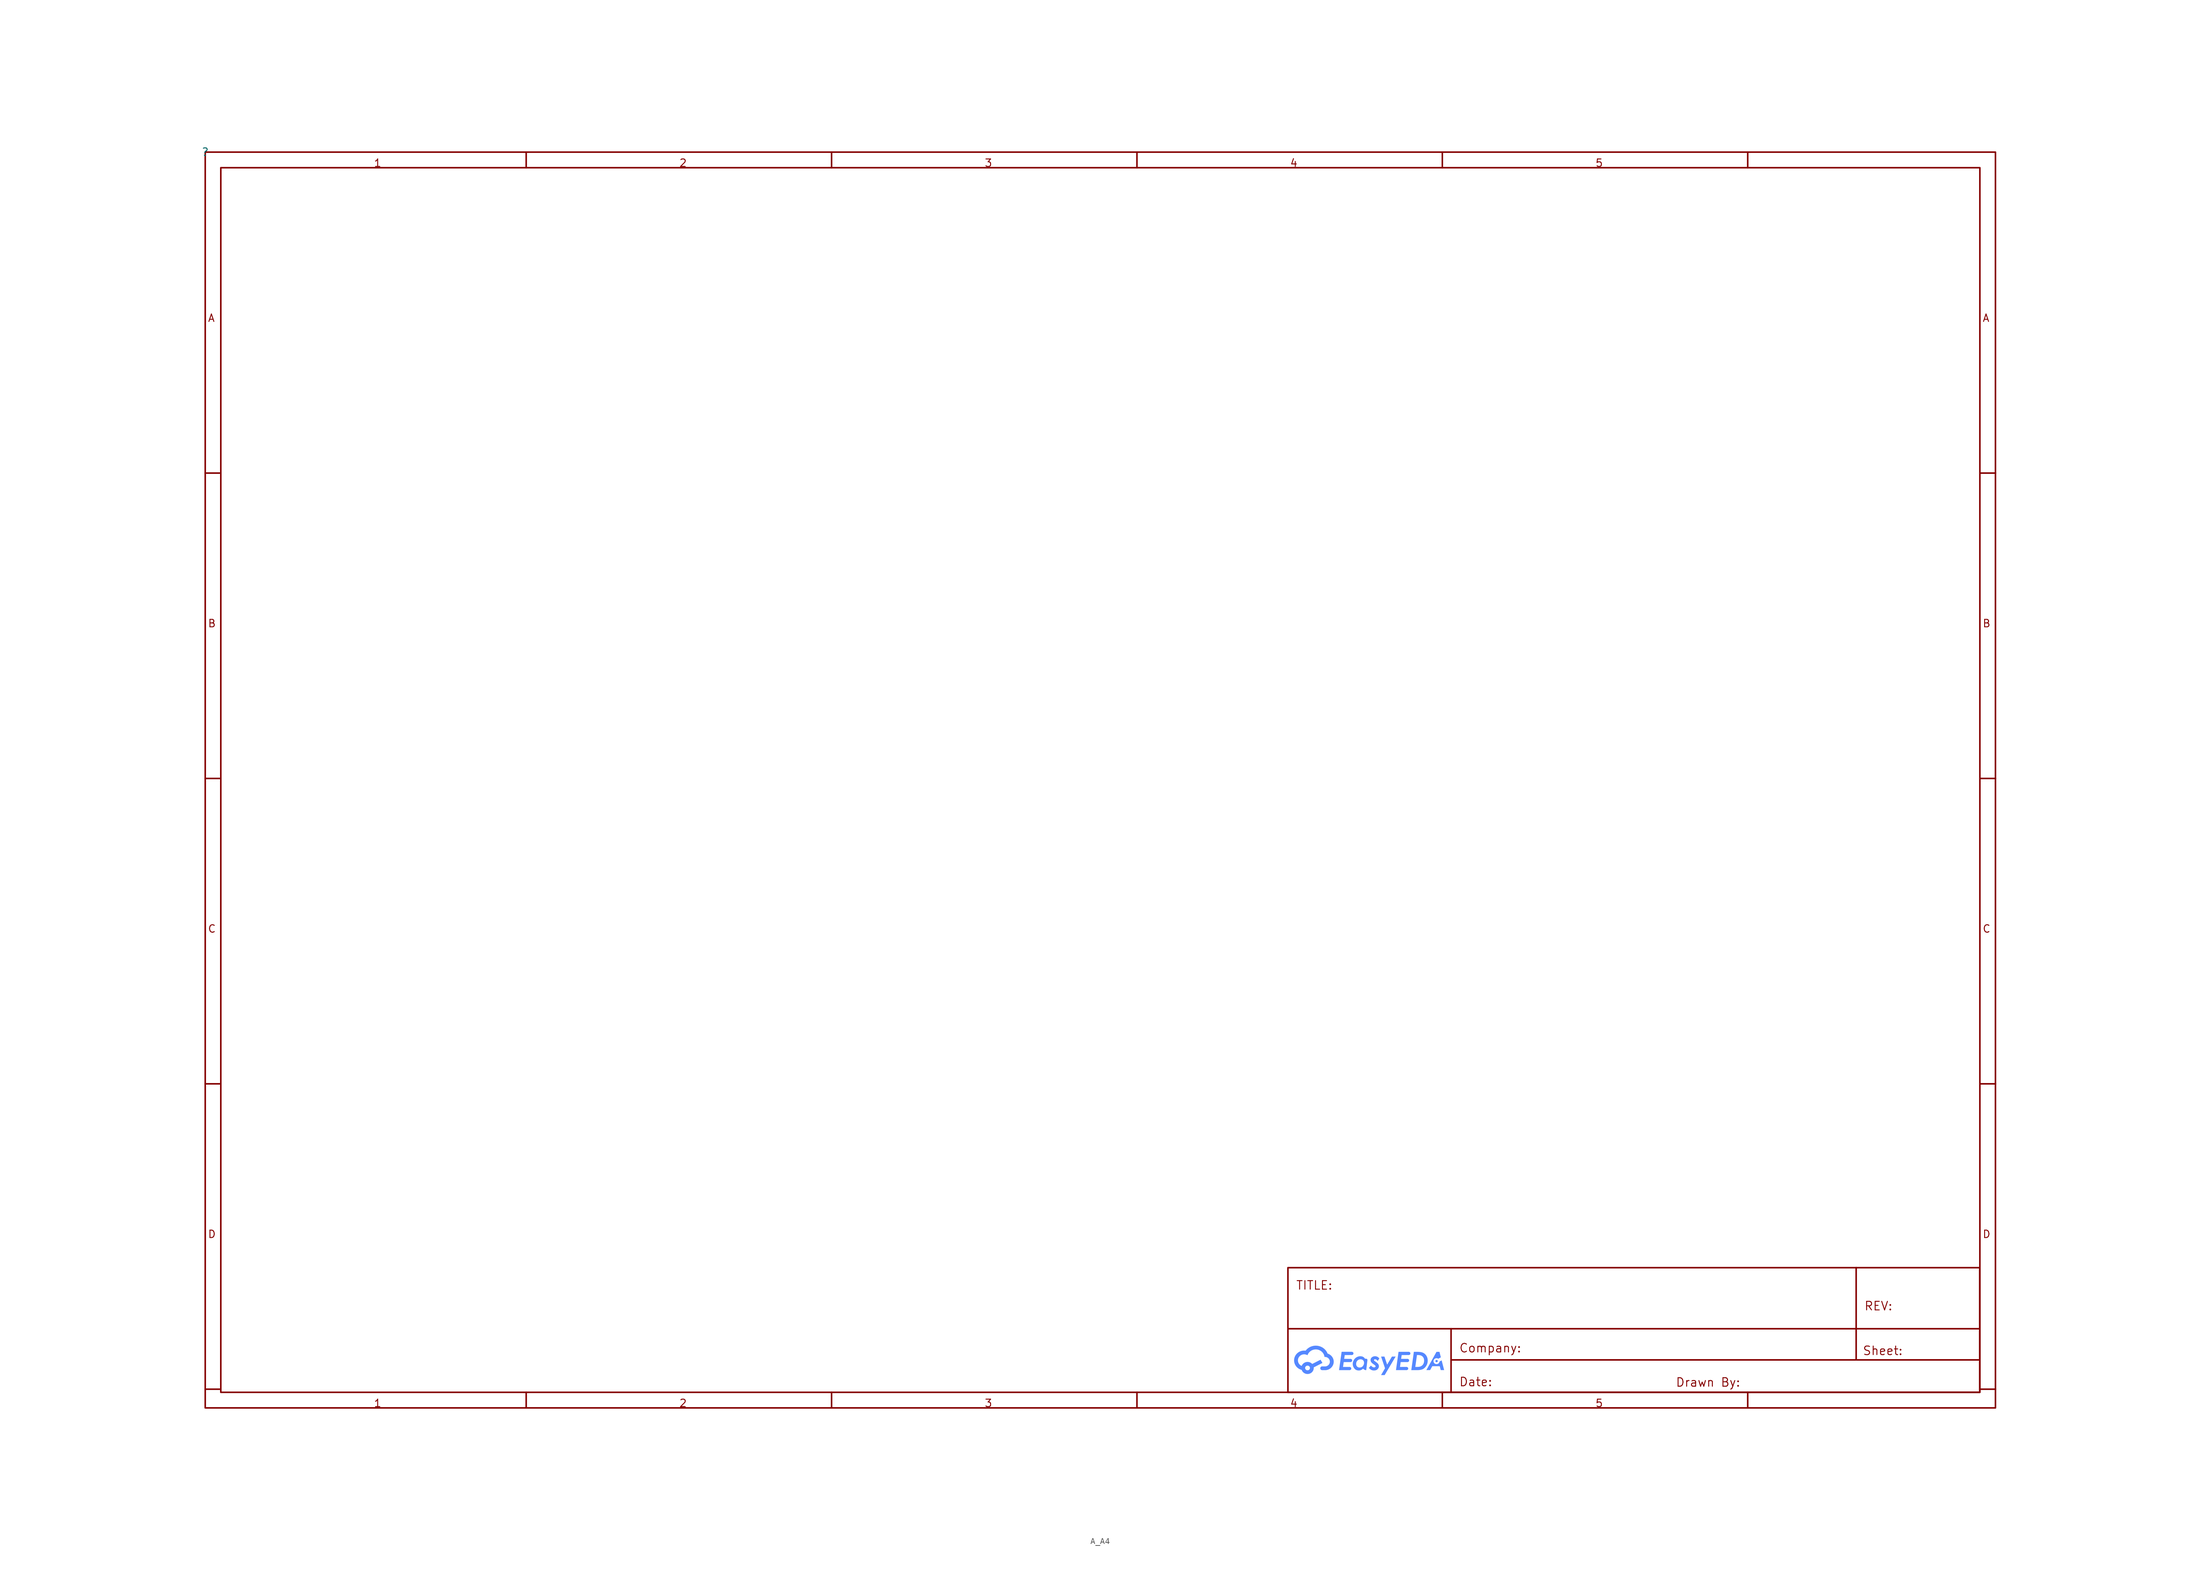
<source format=kicad_sym>
(kicad_symbol_lib
  (version 20241209)
  (generator "kicad_symbol_editor")
  (generator_version "9.0")
  (symbol "A_A4"
    (property "Reference" ""
      (at 0 0 0)
      (effects (font (size 1.27 1.27))))
    (property "Value" ""
      (at 0 0 0)
      (effects (font (size 1.27 1.27))))
    (symbol "A_A4_0_0"
      (polyline (pts (xy 181.141 -194.581) (xy 181.236 -194.587) (xy 181.33 -194.597) (xy 181.423 -194.612) (xy 181.515 -194.631) (xy 181.606 -194.654) (xy 181.696 -194.68) (xy 181.784 -194.711) (xy 181.871 -194.746) (xy 181.956 -194.784) (xy 182.039 -194.826) (xy 182.12 -194.872) (xy 182.2 -194.922) (xy 182.277 -194.975) (xy 182.351 -195.031) (xy 182.423 -195.091) (xy 182.469 -195.133) (xy 182.513 -195.175) (xy 182.556 -195.218) (xy 182.597 -195.262) (xy 182.637 -195.308) (xy 182.675 -195.354) (xy 182.712 -195.402) (xy 182.747 -195.45) (xy 182.78 -195.5) (xy 182.812 -195.55) (xy 182.843 -195.601) (xy 182.872 -195.653) (xy 182.899 -195.706) (xy 182.925 -195.76) (xy 182.949 -195.814) (xy 182.971 -195.869) (xy 183.078 -195.907) (xy 183.18 -195.952) (xy 183.278 -196.004) (xy 183.372 -196.064) (xy 183.459 -196.13) (xy 183.542 -196.202) (xy 183.618 -196.281) (xy 183.688 -196.365) (xy 183.751 -196.454) (xy 183.807 -196.548) (xy 183.856 -196.646) (xy 183.896 -196.748) (xy 183.928 -196.854) (xy 183.952 -196.963) (xy 183.96 -197.018) (xy 183.966 -197.075) (xy 183.97 -197.131) (xy 183.971 -197.189) (xy 183.969 -197.254) (xy 183.964 -197.319) (xy 183.957 -197.383) (xy 183.946 -197.447) (xy 183.932 -197.51) (xy 183.915 -197.572) (xy 183.896 -197.633) (xy 183.873 -197.694) (xy 183.847 -197.753) (xy 183.819 -197.811) (xy 183.788 -197.867) (xy 183.754 -197.923) (xy 183.718 -197.977) (xy 183.679 -198.029) (xy 183.637 -198.08) (xy 183.593 -198.129) (xy 183.546 -198.176) (xy 183.498 -198.22) (xy 183.448 -198.262) (xy 183.396 -198.302) (xy 183.342 -198.339) (xy 183.287 -198.374) (xy 183.23 -198.405) (xy 183.172 -198.435) (xy 183.113 -198.462) (xy 183.052 -198.486) (xy 182.99 -198.507) (xy 182.927 -198.525) (xy 182.863 -198.541) (xy 182.799 -198.554) (xy 182.733 -198.564) (xy 182.667 -198.571) (xy 182.639 -198.574) (xy 182.612 -198.574) (xy 182.068 -198.574) (xy 182.068 -198.571) (xy 182.053 -198.569) (xy 182.038 -198.567) (xy 182.023 -198.564) (xy 182.009 -198.56) (xy 181.995 -198.556) (xy 181.981 -198.551) (xy 181.967 -198.546) (xy 181.954 -198.54) (xy 181.941 -198.533) (xy 181.928 -198.526) (xy 181.916 -198.518) (xy 181.904 -198.51) (xy 181.893 -198.502) (xy 181.881 -198.493) (xy 181.871 -198.483) (xy 181.861 -198.473) (xy 181.851 -198.462) (xy 181.842 -198.451) (xy 181.833 -198.44) (xy 181.825 -198.428) (xy 181.818 -198.416) (xy 181.811 -198.404) (xy 181.805 -198.391) (xy 181.799 -198.378) (xy 181.794 -198.364) (xy 181.789 -198.351) (xy 181.785 -198.337) (xy 181.782 -198.322) (xy 181.779 -198.308) (xy 181.778 -198.293) (xy 181.776 -198.278) (xy 181.776 -198.263) (xy 181.777 -198.247) (xy 181.778 -198.231) (xy 181.78 -198.216) (xy 181.783 -198.201) (xy 181.786 -198.186) (xy 181.79 -198.171) (xy 181.795 -198.156) (xy 181.801 -198.143) (xy 181.808 -198.129) (xy 181.815 -198.115) (xy 181.822 -198.102) (xy 181.831 -198.09) (xy 181.839 -198.078) (xy 181.849 -198.066) (xy 181.859 -198.055) (xy 181.869 -198.044) (xy 181.88 -198.034) (xy 181.892 -198.024) (xy 181.904 -198.015) (xy 181.916 -198.006) (xy 181.929 -197.998) (xy 181.943 -197.991) (xy 181.956 -197.984) (xy 181.97 -197.978) (xy 181.985 -197.972) (xy 182 -197.968) (xy 182.015 -197.963) (xy 182.03 -197.96) (xy 182.046 -197.957) (xy 182.062 -197.955) (xy 182.078 -197.954) (xy 182.095 -197.954) (xy 182.102 -197.954) (xy 182.111 -197.954) (xy 182.119 -197.954) (xy 182.126 -197.955) (xy 182.134 -197.956) (xy 182.142 -197.957) (xy 182.15 -197.958) (xy 182.157 -197.959) (xy 182.612 -197.959) (xy 182.65 -197.956) (xy 182.687 -197.95) (xy 182.724 -197.942) (xy 182.76 -197.933) (xy 182.795 -197.923) (xy 182.83 -197.91) (xy 182.864 -197.897) (xy 182.897 -197.882) (xy 182.929 -197.865) (xy 182.961 -197.847) (xy 182.991 -197.828) (xy 183.021 -197.807) (xy 183.049 -197.786) (xy 183.077 -197.763) (xy 183.103 -197.738) (xy 183.128 -197.713) (xy 183.152 -197.687) (xy 183.174 -197.659) (xy 183.196 -197.631) (xy 183.216 -197.602) (xy 183.235 -197.571) (xy 183.252 -197.54) (xy 183.268 -197.508) (xy 183.282 -197.475) (xy 183.295 -197.442) (xy 183.306 -197.407) (xy 183.316 -197.372) (xy 183.324 -197.337) (xy 183.33 -197.301) (xy 183.335 -197.264) (xy 183.338 -197.227) (xy 183.339 -197.189) (xy 183.338 -197.149) (xy 183.335 -197.11) (xy 183.329 -197.071) (xy 183.322 -197.033) (xy 183.314 -196.996) (xy 183.303 -196.959) (xy 183.29 -196.923) (xy 183.276 -196.888) (xy 183.26 -196.854) (xy 183.243 -196.82) (xy 183.223 -196.788) (xy 183.203 -196.757) (xy 183.18 -196.726) (xy 183.157 -196.697) (xy 183.132 -196.669) (xy 183.106 -196.642) (xy 183.078 -196.617) (xy 183.049 -196.592) (xy 183.019 -196.569) (xy 182.988 -196.548) (xy 182.955 -196.528) (xy 182.922 -196.509) (xy 182.888 -196.492) (xy 182.852 -196.476) (xy 182.816 -196.462) (xy 182.779 -196.45) (xy 182.742 -196.44) (xy 182.703 -196.431) (xy 182.664 -196.424) (xy 182.624 -196.419) (xy 182.584 -196.417) (xy 182.543 -196.415) (xy 182.533 -196.416) (xy 182.523 -196.416) (xy 182.514 -196.416) (xy 182.504 -196.417) (xy 182.494 -196.417) (xy 182.484 -196.418) (xy 182.475 -196.419) (xy 182.465 -196.42) (xy 182.456 -196.356) (xy 182.444 -196.292) (xy 182.429 -196.23) (xy 182.411 -196.168) (xy 182.39 -196.108) (xy 182.367 -196.049) (xy 182.341 -195.992) (xy 182.312 -195.936) (xy 182.281 -195.881) (xy 182.248 -195.828) (xy 182.212 -195.776) (xy 182.174 -195.727) (xy 182.134 -195.679) (xy 182.091 -195.632) (xy 182.047 -195.588) (xy 182 -195.545) (xy 181.952 -195.505) (xy 181.902 -195.467) (xy 181.85 -195.43) (xy 181.796 -195.397) (xy 181.741 -195.365) (xy 181.684 -195.336) (xy 181.626 -195.309) (xy 181.566 -195.285) (xy 181.505 -195.263) (xy 181.443 -195.244) (xy 181.379 -195.228) (xy 181.315 -195.214) (xy 181.249 -195.204) (xy 181.182 -195.196) (xy 181.115 -195.191) (xy 181.046 -195.19) (xy 180.987 -195.191) (xy 180.929 -195.194) (xy 180.871 -195.2) (xy 180.815 -195.208) (xy 180.758 -195.218) (xy 180.703 -195.23) (xy 180.649 -195.244) (xy 180.595 -195.261) (xy 180.542 -195.279) (xy 180.49 -195.299) (xy 180.44 -195.321) (xy 180.39 -195.345) (xy 180.342 -195.371) (xy 180.294 -195.398) (xy 180.248 -195.427) (xy 180.203 -195.458) (xy 180.159 -195.49) (xy 180.117 -195.524) (xy 180.076 -195.56) (xy 180.037 -195.597) (xy 179.999 -195.635) (xy 179.962 -195.675) (xy 179.927 -195.716) (xy 179.894 -195.759) (xy 179.863 -195.803) (xy 179.833 -195.848) (xy 179.804 -195.894) (xy 179.778 -195.941) (xy 179.754 -195.989) (xy 179.731 -196.039) (xy 179.71 -196.089) (xy 179.692 -196.14) (xy 179.662 -196.123) (xy 179.632 -196.107) (xy 179.601 -196.091) (xy 179.57 -196.077) (xy 179.537 -196.063) (xy 179.505 -196.051) (xy 179.472 -196.04) (xy 179.438 -196.029) (xy 179.404 -196.02) (xy 179.369 -196.012) (xy 179.334 -196.006) (xy 179.299 -196) (xy 179.263 -195.996) (xy 179.226 -195.993) (xy 179.19 -195.991) (xy 179.153 -195.99) (xy 179.101 -195.991) (xy 179.049 -195.995) (xy 178.998 -196.001) (xy 178.948 -196.01) (xy 178.899 -196.021) (xy 178.851 -196.035) (xy 178.804 -196.05) (xy 178.757 -196.068) (xy 178.712 -196.088) (xy 178.668 -196.109) (xy 178.626 -196.133) (xy 178.585 -196.159) (xy 178.545 -196.186) (xy 178.506 -196.216) (xy 178.47 -196.247) (xy 178.434 -196.28) (xy 178.401 -196.314) (xy 178.369 -196.35) (xy 178.339 -196.387) (xy 178.31 -196.426) (xy 178.284 -196.466) (xy 178.259 -196.507) (xy 178.237 -196.55) (xy 178.217 -196.594) (xy 178.198 -196.639) (xy 178.183 -196.684) (xy 178.169 -196.731) (xy 178.157 -196.779) (xy 178.149 -196.828) (xy 178.142 -196.877) (xy 178.138 -196.927) (xy 178.137 -196.978) (xy 178.138 -197.016) (xy 178.14 -197.053) (xy 178.143 -197.09) (xy 178.148 -197.126) (xy 178.155 -197.163) (xy 178.162 -197.198) (xy 178.171 -197.233) (xy 178.182 -197.268) (xy 178.193 -197.302) (xy 178.206 -197.336) (xy 178.22 -197.369) (xy 178.235 -197.401) (xy 178.251 -197.433) (xy 178.269 -197.464) (xy 178.287 -197.494) (xy 178.307 -197.524) (xy 178.328 -197.553) (xy 178.35 -197.581) (xy 178.372 -197.609) (xy 178.396 -197.635) (xy 178.421 -197.661) (xy 178.446 -197.686) (xy 178.472 -197.71) (xy 178.5 -197.733) (xy 178.528 -197.755) (xy 178.557 -197.776) (xy 178.587 -197.797) (xy 178.617 -197.816) (xy 178.648 -197.834) (xy 178.68 -197.851) (xy 178.713 -197.867) (xy 178.746 -197.882) (xy 178.775 -197.812) (xy 178.809 -197.745) (xy 178.849 -197.68) (xy 178.893 -197.619) (xy 178.941 -197.562) (xy 178.994 -197.508) (xy 179.051 -197.458) (xy 179.112 -197.412) (xy 179.176 -197.371) (xy 179.243 -197.334) (xy 179.313 -197.303) (xy 179.386 -197.276) (xy 179.462 -197.255) (xy 179.54 -197.24) (xy 179.619 -197.231) (xy 179.66 -197.228) (xy 179.701 -197.228) (xy 179.757 -197.229) (xy 179.813 -197.234) (xy 179.868 -197.241) (xy 179.922 -197.251) (xy 179.974 -197.264) (xy 180.026 -197.279) (xy 180.076 -197.298) (xy 180.125 -197.318) (xy 180.173 -197.341) (xy 180.219 -197.366) (xy 180.264 -197.394) (xy 180.307 -197.423) (xy 180.349 -197.455) (xy 180.388 -197.489) (xy 180.426 -197.525) (xy 180.462 -197.562) (xy 181.821 -196.869) (xy 182.131 -197.393) (xy 180.709 -198.119) (xy 180.71 -198.131) (xy 180.712 -198.142) (xy 180.712 -198.154) (xy 180.713 -198.166) (xy 180.713 -198.178) (xy 180.714 -198.19) (xy 180.714 -198.202) (xy 180.714 -198.214) (xy 180.713 -198.264) (xy 180.709 -198.314) (xy 180.702 -198.364) (xy 180.693 -198.412) (xy 180.682 -198.46) (xy 180.668 -198.506) (xy 180.653 -198.552) (xy 180.634 -198.597) (xy 180.614 -198.64) (xy 180.592 -198.683) (xy 180.567 -198.724) (xy 180.541 -198.764) (xy 180.512 -198.803) (xy 180.482 -198.84) (xy 180.451 -198.876) (xy 180.417 -198.91) (xy 180.382 -198.942) (xy 180.345 -198.974) (xy 180.307 -199.003) (xy 180.267 -199.03) (xy 180.226 -199.056) (xy 180.183 -199.08) (xy 180.14 -199.101) (xy 180.095 -199.121) (xy 180.049 -199.139) (xy 180.002 -199.154) (xy 179.954 -199.168) (xy 179.905 -199.179) (xy 179.855 -199.187) (xy 179.804 -199.194) (xy 179.753 -199.197) (xy 179.701 -199.199) (xy 179.659 -199.198) (xy 179.618 -199.195) (xy 179.578 -199.191) (xy 179.537 -199.186) (xy 179.498 -199.179) (xy 179.458 -199.17) (xy 179.42 -199.16) (xy 179.382 -199.149) (xy 179.345 -199.136) (xy 179.308 -199.122) (xy 179.272 -199.106) (xy 179.237 -199.089) (xy 179.203 -199.071) (xy 179.169 -199.052) (xy 179.137 -199.031) (xy 179.105 -199.009) (xy 179.074 -198.987) (xy 179.044 -198.963) (xy 179.015 -198.937) (xy 178.987 -198.911) (xy 178.96 -198.884) (xy 178.934 -198.856) (xy 178.909 -198.827) (xy 178.886 -198.797) (xy 178.863 -198.766) (xy 178.842 -198.734) (xy 178.822 -198.702) (xy 178.803 -198.668) (xy 178.786 -198.634) (xy 178.769 -198.6) (xy 178.755 -198.564) (xy 178.741 -198.528) (xy 178.684 -198.512) (xy 178.626 -198.495) (xy 178.57 -198.475) (xy 178.514 -198.454) (xy 178.46 -198.43) (xy 178.406 -198.405) (xy 178.353 -198.377) (xy 178.302 -198.348) (xy 178.251 -198.317) (xy 178.202 -198.285) (xy 178.153 -198.25) (xy 178.106 -198.214) (xy 179.309 -198.214) (xy 179.31 -198.233) (xy 179.311 -198.253) (xy 179.314 -198.272) (xy 179.317 -198.291) (xy 179.321 -198.309) (xy 179.327 -198.327) (xy 179.333 -198.345) (xy 179.34 -198.362) (xy 179.348 -198.379) (xy 179.357 -198.395) (xy 179.366 -198.411) (xy 179.376 -198.427) (xy 179.387 -198.441) (xy 179.399 -198.456) (xy 179.411 -198.47) (xy 179.424 -198.483) (xy 179.438 -198.496) (xy 179.452 -198.508) (xy 179.467 -198.519) (xy 179.482 -198.53) (xy 179.498 -198.54) (xy 179.514 -198.549) (xy 179.531 -198.557) (xy 179.549 -198.565) (xy 179.566 -198.571) (xy 179.585 -198.577) (xy 179.603 -198.583) (xy 179.622 -198.587) (xy 179.641 -198.59) (xy 179.661 -198.593) (xy 179.681 -198.594) (xy 179.701 -198.595) (xy 179.721 -198.594) (xy 179.741 -198.593) (xy 179.761 -198.59) (xy 179.78 -198.587) (xy 179.799 -198.583) (xy 179.817 -198.577) (xy 179.835 -198.571) (xy 179.853 -198.565) (xy 179.87 -198.557) (xy 179.887 -198.549) (xy 179.904 -198.54) (xy 179.92 -198.53) (xy 179.935 -198.519) (xy 179.95 -198.508) (xy 179.964 -198.496) (xy 179.978 -198.483) (xy 179.991 -198.47) (xy 180.003 -198.456) (xy 180.015 -198.441) (xy 180.026 -198.427) (xy 180.036 -198.411) (xy 180.045 -198.395) (xy 180.054 -198.379) (xy 180.062 -198.362) (xy 180.069 -198.345) (xy 180.075 -198.327) (xy 180.08 -198.309) (xy 180.085 -198.291) (xy 180.088 -198.272) (xy 180.091 -198.253) (xy 180.092 -198.233) (xy 180.093 -198.214) (xy 180.092 -198.194) (xy 180.091 -198.175) (xy 180.088 -198.156) (xy 180.085 -198.137) (xy 180.08 -198.119) (xy 180.075 -198.101) (xy 180.069 -198.083) (xy 180.062 -198.066) (xy 180.054 -198.049) (xy 180.045 -198.033) (xy 180.036 -198.017) (xy 180.026 -198.001) (xy 180.015 -197.986) (xy 180.003 -197.972) (xy 179.991 -197.958) (xy 179.978 -197.945) (xy 179.964 -197.932) (xy 179.95 -197.92) (xy 179.935 -197.909) (xy 179.92 -197.898) (xy 179.904 -197.888) (xy 179.887 -197.879) (xy 179.87 -197.871) (xy 179.853 -197.863) (xy 179.835 -197.856) (xy 179.817 -197.85) (xy 179.799 -197.845) (xy 179.78 -197.841) (xy 179.761 -197.838) (xy 179.741 -197.835) (xy 179.721 -197.834) (xy 179.701 -197.833) (xy 179.681 -197.834) (xy 179.661 -197.835) (xy 179.641 -197.838) (xy 179.622 -197.841) (xy 179.603 -197.845) (xy 179.585 -197.85) (xy 179.566 -197.856) (xy 179.549 -197.863) (xy 179.531 -197.871) (xy 179.514 -197.879) (xy 179.498 -197.888) (xy 179.482 -197.898) (xy 179.467 -197.909) (xy 179.452 -197.92) (xy 179.438 -197.932) (xy 179.424 -197.945) (xy 179.411 -197.958) (xy 179.399 -197.972) (xy 179.387 -197.986) (xy 179.376 -198.001) (xy 179.366 -198.017) (xy 179.357 -198.033) (xy 179.348 -198.049) (xy 179.34 -198.066) (xy 179.333 -198.083) (xy 179.327 -198.101) (xy 179.321 -198.119) (xy 179.317 -198.137) (xy 179.314 -198.156) (xy 179.311 -198.175) (xy 179.31 -198.194) (xy 179.309 -198.214) (xy 178.106 -198.214) (xy 178.106 -198.214) (xy 178.061 -198.176) (xy 178.016 -198.136) (xy 177.973 -198.095) (xy 177.932 -198.052) (xy 177.882 -197.995) (xy 177.835 -197.937) (xy 177.791 -197.877) (xy 177.75 -197.816) (xy 177.712 -197.752) (xy 177.677 -197.688) (xy 177.645 -197.621) (xy 177.616 -197.554) (xy 177.591 -197.485) (xy 177.569 -197.416) (xy 177.55 -197.345) (xy 177.534 -197.273) (xy 177.522 -197.201) (xy 177.513 -197.127) (xy 177.508 -197.054) (xy 177.506 -196.979) (xy 177.508 -196.899) (xy 177.514 -196.82) (xy 177.524 -196.742) (xy 177.538 -196.664) (xy 177.556 -196.588) (xy 177.577 -196.512) (xy 177.602 -196.438) (xy 177.631 -196.366) (xy 177.663 -196.295) (xy 177.699 -196.225) (xy 177.739 -196.157) (xy 177.782 -196.091) (xy 177.829 -196.027) (xy 177.879 -195.965) (xy 177.932 -195.905) (xy 177.988 -195.847) (xy 178.048 -195.792) (xy 178.11 -195.74) (xy 178.174 -195.692) (xy 178.24 -195.647) (xy 178.308 -195.605) (xy 178.378 -195.566) (xy 178.449 -195.531) (xy 178.523 -195.5) (xy 178.597 -195.472) (xy 178.673 -195.447) (xy 178.751 -195.427) (xy 178.829 -195.409) (xy 178.909 -195.396) (xy 178.99 -195.386) (xy 179.071 -195.381) (xy 179.153 -195.379) (xy 179.183 -195.379) (xy 179.212 -195.38) (xy 179.242 -195.381) (xy 179.271 -195.383) (xy 179.3 -195.385) (xy 179.329 -195.388) (xy 179.358 -195.391) (xy 179.387 -195.395) (xy 179.411 -195.364) (xy 179.434 -195.334) (xy 179.459 -195.305) (xy 179.484 -195.276) (xy 179.51 -195.247) (xy 179.536 -195.219) (xy 179.563 -195.192) (xy 179.59 -195.164) (xy 179.618 -195.138) (xy 179.647 -195.112) (xy 179.676 -195.086) (xy 179.705 -195.061) (xy 179.736 -195.036) (xy 179.766 -195.012) (xy 179.798 -194.988) (xy 179.829 -194.965) (xy 179.897 -194.919) (xy 179.966 -194.876) (xy 180.036 -194.835) (xy 180.107 -194.798) (xy 180.18 -194.763) (xy 180.254 -194.732) (xy 180.329 -194.703) (xy 180.406 -194.677) (xy 180.483 -194.654) (xy 180.561 -194.634) (xy 180.64 -194.617) (xy 180.72 -194.603) (xy 180.801 -194.592) (xy 180.882 -194.585) (xy 180.964 -194.58) (xy 181.046 -194.578) (xy 181.141 -194.581)) (stroke (width -0.0001) (type solid)) (fill (type color) (color 85 136 255 1)))
      (polyline (pts (xy 186.929 -195.578) (xy 186.943 -195.579) (xy 186.957 -195.581) (xy 186.97 -195.583) (xy 186.983 -195.586) (xy 186.996 -195.59) (xy 187.009 -195.594) (xy 187.021 -195.599) (xy 187.033 -195.604) (xy 187.045 -195.61) (xy 187.056 -195.616) (xy 187.067 -195.623) (xy 187.078 -195.631) (xy 187.088 -195.639) (xy 187.098 -195.647) (xy 187.108 -195.656) (xy 187.117 -195.665) (xy 187.125 -195.674) (xy 187.133 -195.685) (xy 187.141 -195.695) (xy 187.148 -195.706) (xy 187.155 -195.717) (xy 187.161 -195.728) (xy 187.166 -195.74) (xy 187.171 -195.752) (xy 187.175 -195.764) (xy 187.179 -195.777) (xy 187.182 -195.79) (xy 187.185 -195.803) (xy 187.186 -195.816) (xy 187.187 -195.829) (xy 187.188 -195.843) (xy 187.187 -195.856) (xy 187.186 -195.87) (xy 187.185 -195.883) (xy 187.182 -195.896) (xy 187.179 -195.909) (xy 187.175 -195.921) (xy 187.171 -195.934) (xy 187.166 -195.946) (xy 187.161 -195.957) (xy 187.155 -195.969) (xy 187.148 -195.98) (xy 187.141 -195.991) (xy 187.133 -196.001) (xy 187.125 -196.011) (xy 187.117 -196.021) (xy 187.108 -196.03) (xy 187.098 -196.039) (xy 187.088 -196.047) (xy 187.078 -196.055) (xy 187.067 -196.062) (xy 187.056 -196.069) (xy 187.045 -196.076) (xy 187.033 -196.081) (xy 187.021 -196.087) (xy 187.009 -196.091) (xy 186.996 -196.096) (xy 186.983 -196.099) (xy 186.97 -196.102) (xy 186.957 -196.105) (xy 186.943 -196.106) (xy 186.929 -196.107) (xy 186.915 -196.107) (xy 185.766 -196.109) (xy 185.677 -196.729) (xy 186.755 -196.729) (xy 186.767 -196.732) (xy 186.778 -196.734) (xy 186.79 -196.737) (xy 186.801 -196.741) (xy 186.812 -196.745) (xy 186.823 -196.75) (xy 186.834 -196.755) (xy 186.844 -196.76) (xy 186.854 -196.766) (xy 186.864 -196.773) (xy 186.873 -196.779) (xy 186.882 -196.786) (xy 186.891 -196.794) (xy 186.9 -196.802) (xy 186.908 -196.81) (xy 186.916 -196.818) (xy 186.923 -196.827) (xy 186.93 -196.836) (xy 186.936 -196.846) (xy 186.942 -196.856) (xy 186.948 -196.866) (xy 186.953 -196.876) (xy 186.958 -196.887) (xy 186.962 -196.897) (xy 186.966 -196.908) (xy 186.97 -196.92) (xy 186.972 -196.931) (xy 186.975 -196.943) (xy 186.976 -196.955) (xy 186.977 -196.967) (xy 186.978 -196.979) (xy 186.978 -196.991) (xy 186.978 -197.005) (xy 186.976 -197.018) (xy 186.975 -197.031) (xy 186.972 -197.044) (xy 186.969 -197.057) (xy 186.966 -197.07) (xy 186.961 -197.082) (xy 186.957 -197.094) (xy 186.951 -197.106) (xy 186.945 -197.117) (xy 186.938 -197.128) (xy 186.931 -197.139) (xy 186.924 -197.149) (xy 186.916 -197.159) (xy 186.907 -197.169) (xy 186.898 -197.178) (xy 186.888 -197.187) (xy 186.879 -197.195) (xy 186.868 -197.203) (xy 186.858 -197.211) (xy 186.847 -197.218) (xy 186.835 -197.224) (xy 186.823 -197.23) (xy 186.811 -197.235) (xy 186.799 -197.24) (xy 186.786 -197.244) (xy 186.774 -197.248) (xy 186.76 -197.25) (xy 186.747 -197.253) (xy 186.733 -197.255) (xy 186.72 -197.256) (xy 186.706 -197.256) (xy 185.599 -197.254) (xy 185.486 -198.047) (xy 186.56 -198.046) (xy 186.574 -198.046) (xy 186.588 -198.047) (xy 186.601 -198.049) (xy 186.614 -198.051) (xy 186.627 -198.054) (xy 186.64 -198.058) (xy 186.653 -198.062) (xy 186.665 -198.066) (xy 186.677 -198.072) (xy 186.688 -198.077) (xy 186.7 -198.084) (xy 186.711 -198.091) (xy 186.721 -198.098) (xy 186.731 -198.106) (xy 186.741 -198.114) (xy 186.75 -198.123) (xy 186.759 -198.132) (xy 186.768 -198.141) (xy 186.776 -198.151) (xy 186.783 -198.161) (xy 186.79 -198.172) (xy 186.797 -198.183) (xy 186.803 -198.194) (xy 186.808 -198.206) (xy 186.813 -198.218) (xy 186.817 -198.23) (xy 186.821 -198.242) (xy 186.824 -198.255) (xy 186.826 -198.268) (xy 186.828 -198.281) (xy 186.829 -198.294) (xy 186.829 -198.308) (xy 186.829 -198.321) (xy 186.828 -198.334) (xy 186.827 -198.347) (xy 186.824 -198.359) (xy 186.821 -198.372) (xy 186.818 -198.384) (xy 186.814 -198.396) (xy 186.809 -198.407) (xy 186.804 -198.419) (xy 186.798 -198.43) (xy 186.791 -198.441) (xy 186.785 -198.451) (xy 186.777 -198.461) (xy 186.769 -198.471) (xy 186.761 -198.481) (xy 186.752 -198.49) (xy 186.743 -198.498) (xy 186.734 -198.506) (xy 186.724 -198.514) (xy 186.713 -198.522) (xy 186.703 -198.528) (xy 186.692 -198.535) (xy 186.68 -198.541) (xy 186.669 -198.546) (xy 186.657 -198.551) (xy 186.644 -198.555) (xy 186.632 -198.559) (xy 186.619 -198.562) (xy 186.606 -198.564) (xy 186.593 -198.566) (xy 186.58 -198.567) (xy 186.566 -198.568) (xy 184.834 -198.568) (xy 185.256 -195.578) (xy 186.915 -195.578) (xy 186.929 -195.578)) (stroke (width -0.0001) (type solid)) (fill (type color) (color 85 136 255 1)))
      (polyline (pts (xy 188.327 -196.303) (xy 188.355 -196.304) (xy 188.384 -196.306) (xy 188.413 -196.308) (xy 188.442 -196.311) (xy 188.472 -196.316) (xy 188.502 -196.32) (xy 188.532 -196.326) (xy 188.562 -196.332) (xy 188.591 -196.339) (xy 188.62 -196.347) (xy 188.648 -196.355) (xy 188.675 -196.364) (xy 188.701 -196.374) (xy 188.725 -196.385) (xy 188.749 -196.396) (xy 188.77 -196.408) (xy 188.792 -196.421) (xy 188.813 -196.434) (xy 188.833 -196.448) (xy 188.853 -196.463) (xy 188.873 -196.478) (xy 188.892 -196.494) (xy 188.91 -196.511) (xy 188.929 -196.529) (xy 188.946 -196.547) (xy 188.963 -196.565) (xy 188.98 -196.585) (xy 188.996 -196.605) (xy 189.012 -196.626) (xy 189.028 -196.648) (xy 189.042 -196.67) (xy 189.062 -196.706) (xy 189.254 -196.706) (xy 189.265 -196.706) (xy 189.275 -196.707) (xy 189.286 -196.708) (xy 189.297 -196.71) (xy 189.307 -196.713) (xy 189.317 -196.715) (xy 189.327 -196.719) (xy 189.337 -196.723) (xy 189.346 -196.727) (xy 189.355 -196.731) (xy 189.364 -196.736) (xy 189.373 -196.742) (xy 189.381 -196.748) (xy 189.389 -196.754) (xy 189.397 -196.76) (xy 189.404 -196.767) (xy 189.411 -196.774) (xy 189.418 -196.782) (xy 189.424 -196.79) (xy 189.43 -196.798) (xy 189.436 -196.806) (xy 189.441 -196.815) (xy 189.445 -196.824) (xy 189.45 -196.833) (xy 189.453 -196.843) (xy 189.457 -196.852) (xy 189.46 -196.862) (xy 189.462 -196.872) (xy 189.464 -196.882) (xy 189.465 -196.893) (xy 189.466 -196.903) (xy 189.466 -196.914) (xy 189.469 -196.914) (xy 189.275 -198.504) (xy 189.267 -198.568) (xy 189.212 -198.568) (xy 189.19 -198.566) (xy 189.168 -198.564) (xy 189.146 -198.56) (xy 189.125 -198.556) (xy 189.103 -198.551) (xy 189.083 -198.545) (xy 189.062 -198.538) (xy 189.042 -198.531) (xy 189.022 -198.523) (xy 189.002 -198.515) (xy 188.983 -198.505) (xy 188.964 -198.495) (xy 188.946 -198.485) (xy 188.928 -198.473) (xy 188.911 -198.462) (xy 188.894 -198.449) (xy 188.892 -198.448) (xy 188.887 -198.444) (xy 188.871 -198.431) (xy 188.821 -198.39) (xy 188.75 -198.33) (xy 188.728 -198.35) (xy 188.705 -198.37) (xy 188.683 -198.388) (xy 188.661 -198.406) (xy 188.639 -198.423) (xy 188.617 -198.439) (xy 188.596 -198.455) (xy 188.575 -198.47) (xy 188.553 -198.483) (xy 188.532 -198.497) (xy 188.512 -198.509) (xy 188.491 -198.52) (xy 188.471 -198.531) (xy 188.45 -198.541) (xy 188.43 -198.55) (xy 188.41 -198.559) (xy 188.39 -198.567) (xy 188.37 -198.575) (xy 188.35 -198.582) (xy 188.329 -198.588) (xy 188.308 -198.594) (xy 188.286 -198.599) (xy 188.265 -198.604) (xy 188.243 -198.608) (xy 188.22 -198.612) (xy 188.198 -198.615) (xy 188.175 -198.618) (xy 188.151 -198.62) (xy 188.128 -198.622) (xy 188.104 -198.624) (xy 188.08 -198.624) (xy 188.055 -198.625) (xy 188 -198.623) (xy 187.945 -198.619) (xy 187.892 -198.613) (xy 187.841 -198.604) (xy 187.791 -198.593) (xy 187.742 -198.579) (xy 187.695 -198.563) (xy 187.649 -198.544) (xy 187.605 -198.523) (xy 187.562 -198.499) (xy 187.521 -198.472) (xy 187.481 -198.443) (xy 187.442 -198.412) (xy 187.406 -198.377) (xy 187.37 -198.341) (xy 187.336 -198.302) (xy 187.304 -198.261) (xy 187.274 -198.219) (xy 187.246 -198.177) (xy 187.22 -198.133) (xy 187.196 -198.089) (xy 187.174 -198.044) (xy 187.154 -197.999) (xy 187.136 -197.952) (xy 187.121 -197.905) (xy 187.107 -197.857) (xy 187.096 -197.808) (xy 187.086 -197.758) (xy 187.079 -197.707) (xy 187.074 -197.656) (xy 187.071 -197.604) (xy 187.07 -197.564) (xy 187.627 -197.564) (xy 187.627 -197.596) (xy 187.629 -197.627) (xy 187.632 -197.657) (xy 187.637 -197.687) (xy 187.642 -197.716) (xy 187.649 -197.744) (xy 187.657 -197.771) (xy 187.666 -197.798) (xy 187.677 -197.824) (xy 187.688 -197.849) (xy 187.701 -197.873) (xy 187.715 -197.896) (xy 187.731 -197.919) (xy 187.747 -197.941) (xy 187.765 -197.962) (xy 187.785 -197.982) (xy 187.805 -198.001) (xy 187.825 -198.019) (xy 187.847 -198.036) (xy 187.869 -198.052) (xy 187.892 -198.066) (xy 187.916 -198.079) (xy 187.94 -198.091) (xy 187.965 -198.102) (xy 187.99 -198.111) (xy 188.017 -198.119) (xy 188.044 -198.126) (xy 188.072 -198.131) (xy 188.1 -198.136) (xy 188.13 -198.139) (xy 188.159 -198.14) (xy 188.19 -198.141) (xy 188.216 -198.141) (xy 188.241 -198.14) (xy 188.266 -198.138) (xy 188.29 -198.135) (xy 188.314 -198.132) (xy 188.337 -198.129) (xy 188.36 -198.124) (xy 188.383 -198.119) (xy 188.405 -198.113) (xy 188.427 -198.106) (xy 188.448 -198.099) (xy 188.47 -198.091) (xy 188.49 -198.082) (xy 188.51 -198.073) (xy 188.53 -198.063) (xy 188.55 -198.052) (xy 188.569 -198.04) (xy 188.587 -198.028) (xy 188.606 -198.015) (xy 188.623 -198.001) (xy 188.641 -197.986) (xy 188.658 -197.97) (xy 188.675 -197.954) (xy 188.691 -197.937) (xy 188.707 -197.919) (xy 188.722 -197.9) (xy 188.737 -197.881) (xy 188.752 -197.861) (xy 188.766 -197.84) (xy 188.78 -197.818) (xy 188.794 -197.795) (xy 188.807 -197.772) (xy 188.819 -197.748) (xy 188.831 -197.725) (xy 188.842 -197.701) (xy 188.852 -197.677) (xy 188.861 -197.652) (xy 188.87 -197.628) (xy 188.878 -197.604) (xy 188.885 -197.579) (xy 188.891 -197.555) (xy 188.896 -197.53) (xy 188.901 -197.506) (xy 188.904 -197.481) (xy 188.907 -197.457) (xy 188.909 -197.432) (xy 188.91 -197.407) (xy 188.911 -197.382) (xy 188.91 -197.35) (xy 188.908 -197.318) (xy 188.905 -197.287) (xy 188.901 -197.257) (xy 188.896 -197.228) (xy 188.889 -197.2) (xy 188.881 -197.172) (xy 188.872 -197.145) (xy 188.861 -197.119) (xy 188.85 -197.094) (xy 188.837 -197.07) (xy 188.823 -197.046) (xy 188.808 -197.024) (xy 188.791 -197.002) (xy 188.774 -196.98) (xy 188.755 -196.96) (xy 188.735 -196.941) (xy 188.714 -196.923) (xy 188.693 -196.906) (xy 188.67 -196.891) (xy 188.647 -196.876) (xy 188.623 -196.863) (xy 188.599 -196.851) (xy 188.573 -196.841) (xy 188.547 -196.831) (xy 188.52 -196.823) (xy 188.492 -196.816) (xy 188.464 -196.811) (xy 188.434 -196.806) (xy 188.404 -196.803) (xy 188.373 -196.801) (xy 188.341 -196.801) (xy 188.305 -196.802) (xy 188.268 -196.804) (xy 188.233 -196.808) (xy 188.198 -196.814) (xy 188.164 -196.821) (xy 188.131 -196.83) (xy 188.098 -196.841) (xy 188.066 -196.853) (xy 188.035 -196.868) (xy 188.004 -196.883) (xy 187.974 -196.901) (xy 187.945 -196.92) (xy 187.916 -196.941) (xy 187.888 -196.963) (xy 187.861 -196.988) (xy 187.835 -197.013) (xy 187.81 -197.041) (xy 187.786 -197.069) (xy 187.764 -197.098) (xy 187.744 -197.128) (xy 187.725 -197.159) (xy 187.708 -197.191) (xy 187.692 -197.224) (xy 187.679 -197.258) (xy 187.667 -197.293) (xy 187.656 -197.329) (xy 187.647 -197.365) (xy 187.64 -197.403) (xy 187.634 -197.442) (xy 187.63 -197.482) (xy 187.628 -197.522) (xy 187.627 -197.564) (xy 187.07 -197.564) (xy 187.07 -197.55) (xy 187.07 -197.51) (xy 187.072 -197.469) (xy 187.076 -197.429) (xy 187.081 -197.389) (xy 187.087 -197.35) (xy 187.094 -197.31) (xy 187.103 -197.271) (xy 187.113 -197.232) (xy 187.124 -197.193) (xy 187.137 -197.154) (xy 187.151 -197.116) (xy 187.167 -197.078) (xy 187.183 -197.04) (xy 187.201 -197.003) (xy 187.221 -196.966) (xy 187.241 -196.929) (xy 187.263 -196.892) (xy 187.286 -196.857) (xy 187.309 -196.822) (xy 187.333 -196.789) (xy 187.359 -196.756) (xy 187.385 -196.725) (xy 187.412 -196.695) (xy 187.441 -196.665) (xy 187.47 -196.637) (xy 187.5 -196.61) (xy 187.531 -196.583) (xy 187.562 -196.558) (xy 187.595 -196.534) (xy 187.629 -196.511) (xy 187.663 -196.489) (xy 187.699 -196.468) (xy 187.735 -196.447) (xy 187.771 -196.429) (xy 187.807 -196.411) (xy 187.844 -196.395) (xy 187.881 -196.38) (xy 187.918 -196.367) (xy 187.955 -196.355) (xy 187.993 -196.344) (xy 188.03 -196.334) (xy 188.068 -196.326) (xy 188.106 -196.319) (xy 188.145 -196.313) (xy 188.183 -196.308) (xy 188.222 -196.305) (xy 188.261 -196.303) (xy 188.3 -196.302) (xy 188.327 -196.303)) (stroke (width -0.0001) (type solid)) (fill (type color) (color 85 136 255 1)))
      (polyline (pts (xy 190.727 -196.301) (xy 190.753 -196.302) (xy 190.778 -196.304) (xy 190.804 -196.307) (xy 190.829 -196.31) (xy 190.854 -196.314) (xy 190.879 -196.319) (xy 190.903 -196.325) (xy 190.928 -196.331) (xy 190.952 -196.338) (xy 190.976 -196.346) (xy 191 -196.354) (xy 191.024 -196.364) (xy 191.048 -196.374) (xy 191.071 -196.385) (xy 191.095 -196.396) (xy 191.118 -196.408) (xy 191.14 -196.421) (xy 191.162 -196.435) (xy 191.184 -196.449) (xy 191.205 -196.464) (xy 191.225 -196.479) (xy 191.245 -196.495) (xy 191.265 -196.512) (xy 191.284 -196.529) (xy 191.302 -196.547) (xy 191.321 -196.565) (xy 191.338 -196.585) (xy 191.355 -196.604) (xy 191.372 -196.625) (xy 191.388 -196.645) (xy 191.404 -196.667) (xy 191.137 -197.082) (xy 191.125 -197.064) (xy 191.112 -197.046) (xy 191.099 -197.029) (xy 191.085 -197.012) (xy 191.072 -196.996) (xy 191.059 -196.981) (xy 191.045 -196.966) (xy 191.032 -196.952) (xy 191.018 -196.939) (xy 191.005 -196.926) (xy 190.991 -196.914) (xy 190.977 -196.903) (xy 190.964 -196.892) (xy 190.95 -196.882) (xy 190.936 -196.872) (xy 190.922 -196.863) (xy 190.908 -196.855) (xy 190.894 -196.847) (xy 190.88 -196.84) (xy 190.866 -196.833) (xy 190.853 -196.827) (xy 190.839 -196.821) (xy 190.826 -196.816) (xy 190.813 -196.811) (xy 190.8 -196.807) (xy 190.786 -196.803) (xy 190.774 -196.8) (xy 190.761 -196.798) (xy 190.748 -196.796) (xy 190.736 -196.794) (xy 190.723 -196.794) (xy 190.711 -196.793) (xy 190.702 -196.793) (xy 190.692 -196.794) (xy 190.684 -196.795) (xy 190.675 -196.796) (xy 190.667 -196.797) (xy 190.658 -196.799) (xy 190.65 -196.801) (xy 190.642 -196.803) (xy 190.634 -196.806) (xy 190.626 -196.809) (xy 190.619 -196.812) (xy 190.611 -196.816) (xy 190.604 -196.82) (xy 190.597 -196.824) (xy 190.59 -196.829) (xy 190.583 -196.833) (xy 190.577 -196.839) (xy 190.571 -196.844) (xy 190.565 -196.849) (xy 190.56 -196.854) (xy 190.556 -196.859) (xy 190.551 -196.865) (xy 190.547 -196.87) (xy 190.544 -196.876) (xy 190.541 -196.882) (xy 190.538 -196.887) (xy 190.536 -196.893) (xy 190.534 -196.899) (xy 190.533 -196.905) (xy 190.532 -196.912) (xy 190.531 -196.918) (xy 190.531 -196.924) (xy 190.532 -196.93) (xy 190.532 -196.936) (xy 190.533 -196.943) (xy 190.534 -196.949) (xy 190.536 -196.955) (xy 190.537 -196.961) (xy 190.539 -196.967) (xy 190.542 -196.973) (xy 190.545 -196.979) (xy 190.548 -196.986) (xy 190.551 -196.992) (xy 190.555 -196.998) (xy 190.559 -197.004) (xy 190.563 -197.01) (xy 190.568 -197.016) (xy 190.573 -197.022) (xy 190.578 -197.029) (xy 190.585 -197.036) (xy 190.602 -197.053) (xy 190.625 -197.072) (xy 190.652 -197.094) (xy 190.685 -197.119) (xy 190.722 -197.147) (xy 190.765 -197.178) (xy 190.813 -197.211) (xy 190.852 -197.239) (xy 190.89 -197.266) (xy 190.926 -197.293) (xy 190.96 -197.319) (xy 190.992 -197.345) (xy 191.023 -197.37) (xy 191.052 -197.394) (xy 191.079 -197.419) (xy 191.105 -197.442) (xy 191.129 -197.465) (xy 191.151 -197.488) (xy 191.171 -197.51) (xy 191.19 -197.532) (xy 191.207 -197.553) (xy 191.222 -197.573) (xy 191.236 -197.594) (xy 191.248 -197.614) (xy 191.259 -197.634) (xy 191.27 -197.655) (xy 191.28 -197.675) (xy 191.289 -197.696) (xy 191.297 -197.717) (xy 191.304 -197.739) (xy 191.311 -197.76) (xy 191.317 -197.782) (xy 191.322 -197.804) (xy 191.327 -197.826) (xy 191.33 -197.848) (xy 191.333 -197.871) (xy 191.335 -197.894) (xy 191.336 -197.917) (xy 191.337 -197.94) (xy 191.336 -197.971) (xy 191.333 -198.001) (xy 191.329 -198.031) (xy 191.324 -198.061) (xy 191.316 -198.091) (xy 191.307 -198.121) (xy 191.297 -198.15) (xy 191.285 -198.18) (xy 191.271 -198.209) (xy 191.255 -198.238) (xy 191.238 -198.266) (xy 191.22 -198.295) (xy 191.199 -198.323) (xy 191.177 -198.351) (xy 191.154 -198.378) (xy 191.128 -198.406) (xy 191.101 -198.432) (xy 191.073 -198.457) (xy 191.044 -198.48) (xy 191.012 -198.501) (xy 190.98 -198.521) (xy 190.946 -198.539) (xy 190.91 -198.555) (xy 190.873 -198.57) (xy 190.835 -198.583) (xy 190.795 -198.594) (xy 190.754 -198.603) (xy 190.711 -198.611) (xy 190.667 -198.617) (xy 190.621 -198.621) (xy 190.574 -198.624) (xy 190.525 -198.625) (xy 190.497 -198.624) (xy 190.469 -198.623) (xy 190.441 -198.621) (xy 190.414 -198.619) (xy 190.387 -198.616) (xy 190.36 -198.612) (xy 190.334 -198.607) (xy 190.308 -198.602) (xy 190.282 -198.596) (xy 190.256 -198.59) (xy 190.231 -198.582) (xy 190.206 -198.574) (xy 190.182 -198.565) (xy 190.158 -198.556) (xy 190.134 -198.546) (xy 190.111 -198.535) (xy 190.087 -198.524) (xy 190.063 -198.511) (xy 190.039 -198.496) (xy 190.015 -198.481) (xy 189.99 -198.465) (xy 189.965 -198.447) (xy 189.939 -198.428) (xy 189.913 -198.408) (xy 189.887 -198.387) (xy 189.861 -198.365) (xy 189.834 -198.342) (xy 189.807 -198.317) (xy 189.779 -198.292) (xy 189.751 -198.265) (xy 189.694 -198.208) (xy 190.039 -197.818) (xy 190.068 -197.855) (xy 190.098 -197.889) (xy 190.128 -197.921) (xy 190.159 -197.95) (xy 190.19 -197.977) (xy 190.221 -198.001) (xy 190.252 -198.024) (xy 190.284 -198.044) (xy 190.316 -198.061) (xy 190.349 -198.077) (xy 190.382 -198.089) (xy 190.415 -198.1) (xy 190.449 -198.108) (xy 190.483 -198.114) (xy 190.517 -198.118) (xy 190.551 -198.119) (xy 190.565 -198.119) (xy 190.578 -198.118) (xy 190.591 -198.117) (xy 190.604 -198.115) (xy 190.616 -198.113) (xy 190.628 -198.111) (xy 190.639 -198.109) (xy 190.65 -198.106) (xy 190.661 -198.102) (xy 190.672 -198.098) (xy 190.682 -198.094) (xy 190.691 -198.089) (xy 190.701 -198.084) (xy 190.71 -198.079) (xy 190.719 -198.073) (xy 190.727 -198.067) (xy 190.735 -198.06) (xy 190.743 -198.053) (xy 190.75 -198.046) (xy 190.756 -198.039) (xy 190.762 -198.032) (xy 190.768 -198.024) (xy 190.773 -198.017) (xy 190.777 -198.009) (xy 190.781 -198.002) (xy 190.784 -197.994) (xy 190.787 -197.986) (xy 190.789 -197.977) (xy 190.791 -197.969) (xy 190.792 -197.961) (xy 190.793 -197.952) (xy 190.793 -197.943) (xy 190.793 -197.936) (xy 190.792 -197.929) (xy 190.791 -197.921) (xy 190.79 -197.914) (xy 190.788 -197.907) (xy 190.786 -197.9) (xy 190.784 -197.892) (xy 190.781 -197.885) (xy 190.777 -197.878) (xy 190.774 -197.87) (xy 190.769 -197.863) (xy 190.765 -197.856) (xy 190.76 -197.848) (xy 190.755 -197.841) (xy 190.749 -197.833) (xy 190.743 -197.826) (xy 190.736 -197.818) (xy 190.727 -197.809) (xy 190.707 -197.79) (xy 190.68 -197.767) (xy 190.649 -197.742) (xy 190.612 -197.714) (xy 190.57 -197.683) (xy 190.522 -197.649) (xy 190.469 -197.611) (xy 190.437 -197.589) (xy 190.407 -197.568) (xy 190.378 -197.546) (xy 190.35 -197.525) (xy 190.323 -197.505) (xy 190.298 -197.484) (xy 190.274 -197.465) (xy 190.251 -197.445) (xy 190.229 -197.426) (xy 190.209 -197.408) (xy 190.19 -197.39) (xy 190.172 -197.372) (xy 190.155 -197.355) (xy 190.139 -197.338) (xy 190.125 -197.321) (xy 190.112 -197.305) (xy 190.095 -197.283) (xy 190.08 -197.26) (xy 190.065 -197.237) (xy 190.052 -197.214) (xy 190.04 -197.191) (xy 190.028 -197.168) (xy 190.018 -197.145) (xy 190.009 -197.121) (xy 190.001 -197.097) (xy 189.994 -197.073) (xy 189.988 -197.049) (xy 189.983 -197.025) (xy 189.979 -197.001) (xy 189.977 -196.976) (xy 189.975 -196.952) (xy 189.974 -196.927) (xy 189.975 -196.893) (xy 189.978 -196.859) (xy 189.982 -196.827) (xy 189.988 -196.795) (xy 189.995 -196.764) (xy 190.005 -196.734) (xy 190.016 -196.704) (xy 190.028 -196.675) (xy 190.043 -196.648) (xy 190.059 -196.62) (xy 190.076 -196.594) (xy 190.096 -196.569) (xy 190.117 -196.544) (xy 190.14 -196.52) (xy 190.164 -196.497) (xy 190.19 -196.475) (xy 190.218 -196.454) (xy 190.245 -196.434) (xy 190.274 -196.416) (xy 190.303 -196.399) (xy 190.333 -196.383) (xy 190.363 -196.369) (xy 190.395 -196.356) (xy 190.426 -196.344) (xy 190.459 -196.334) (xy 190.492 -196.325) (xy 190.525 -196.318) (xy 190.559 -196.312) (xy 190.594 -196.307) (xy 190.629 -196.304) (xy 190.665 -196.302) (xy 190.701 -196.301) (xy 190.727 -196.301)) (stroke (width -0.0001) (type solid)) (fill (type color) (color 85 136 255 1)))
      (polyline (pts (xy 192.68 -197.668) (xy 193.458 -196.357) (xy 194.059 -196.357) (xy 192.273 -199.376) (xy 191.684 -199.376) (xy 192.33 -198.266) (xy 191.69 -196.357) (xy 192.238 -196.357) (xy 192.68 -197.668)) (stroke (width -0.0001) (type solid)) (fill (type color) (color 85 136 255 1)))
      (polyline (pts (xy 196.21 -195.58) (xy 196.224 -195.581) (xy 196.237 -195.583) (xy 196.251 -195.585) (xy 196.264 -195.588) (xy 196.277 -195.591) (xy 196.29 -195.595) (xy 196.302 -195.6) (xy 196.314 -195.606) (xy 196.326 -195.611) (xy 196.337 -195.618) (xy 196.348 -195.625) (xy 196.359 -195.632) (xy 196.369 -195.64) (xy 196.379 -195.648) (xy 196.389 -195.657) (xy 196.398 -195.666) (xy 196.407 -195.676) (xy 196.415 -195.686) (xy 196.422 -195.696) (xy 196.43 -195.707) (xy 196.436 -195.718) (xy 196.442 -195.729) (xy 196.448 -195.741) (xy 196.453 -195.753) (xy 196.457 -195.765) (xy 196.461 -195.777) (xy 196.464 -195.79) (xy 196.467 -195.803) (xy 196.469 -195.816) (xy 196.47 -195.829) (xy 196.471 -195.843) (xy 196.471 -195.856) (xy 196.47 -195.87) (xy 196.468 -195.883) (xy 196.465 -195.896) (xy 196.462 -195.909) (xy 196.459 -195.921) (xy 196.454 -195.934) (xy 196.45 -195.946) (xy 196.444 -195.957) (xy 196.438 -195.969) (xy 196.431 -195.98) (xy 196.424 -195.991) (xy 196.417 -196.001) (xy 196.409 -196.011) (xy 196.4 -196.021) (xy 196.391 -196.03) (xy 196.381 -196.039) (xy 196.372 -196.047) (xy 196.361 -196.055) (xy 196.351 -196.062) (xy 196.34 -196.069) (xy 196.328 -196.076) (xy 196.316 -196.081) (xy 196.304 -196.087) (xy 196.292 -196.091) (xy 196.279 -196.096) (xy 196.267 -196.099) (xy 196.253 -196.102) (xy 196.24 -196.105) (xy 196.226 -196.106) (xy 196.213 -196.107) (xy 196.198 -196.107) (xy 195.049 -196.109) (xy 194.96 -196.729) (xy 196.038 -196.729) (xy 196.05 -196.732) (xy 196.062 -196.734) (xy 196.073 -196.737) (xy 196.084 -196.741) (xy 196.096 -196.745) (xy 196.107 -196.75) (xy 196.117 -196.755) (xy 196.127 -196.76) (xy 196.138 -196.766) (xy 196.147 -196.773) (xy 196.157 -196.779) (xy 196.166 -196.786) (xy 196.175 -196.794) (xy 196.183 -196.802) (xy 196.191 -196.81) (xy 196.199 -196.818) (xy 196.207 -196.827) (xy 196.214 -196.836) (xy 196.22 -196.845) (xy 196.227 -196.855) (xy 196.232 -196.865) (xy 196.238 -196.875) (xy 196.243 -196.886) (xy 196.247 -196.897) (xy 196.251 -196.908) (xy 196.255 -196.919) (xy 196.257 -196.93) (xy 196.26 -196.942) (xy 196.262 -196.953) (xy 196.263 -196.965) (xy 196.264 -196.977) (xy 196.264 -196.99) (xy 196.264 -197.003) (xy 196.263 -197.017) (xy 196.261 -197.03) (xy 196.259 -197.043) (xy 196.256 -197.056) (xy 196.252 -197.068) (xy 196.248 -197.081) (xy 196.243 -197.093) (xy 196.237 -197.104) (xy 196.231 -197.116) (xy 196.225 -197.127) (xy 196.218 -197.137) (xy 196.21 -197.148) (xy 196.202 -197.158) (xy 196.193 -197.167) (xy 196.184 -197.177) (xy 196.175 -197.185) (xy 196.165 -197.194) (xy 196.155 -197.202) (xy 196.144 -197.209) (xy 196.133 -197.216) (xy 196.122 -197.222) (xy 196.11 -197.228) (xy 196.098 -197.234) (xy 196.085 -197.238) (xy 196.073 -197.243) (xy 196.06 -197.246) (xy 196.047 -197.249) (xy 196.033 -197.251) (xy 196.02 -197.253) (xy 196.006 -197.254) (xy 195.992 -197.254) (xy 194.884 -197.253) (xy 194.771 -198.046) (xy 195.845 -198.044) (xy 195.859 -198.045) (xy 195.873 -198.046) (xy 195.886 -198.047) (xy 195.899 -198.05) (xy 195.912 -198.053) (xy 195.925 -198.056) (xy 195.938 -198.06) (xy 195.95 -198.065) (xy 195.962 -198.07) (xy 195.973 -198.076) (xy 195.985 -198.082) (xy 195.995 -198.089) (xy 196.006 -198.096) (xy 196.016 -198.104) (xy 196.026 -198.112) (xy 196.035 -198.121) (xy 196.044 -198.13) (xy 196.053 -198.14) (xy 196.061 -198.15) (xy 196.068 -198.16) (xy 196.075 -198.171) (xy 196.082 -198.181) (xy 196.088 -198.193) (xy 196.093 -198.204) (xy 196.098 -198.216) (xy 196.102 -198.228) (xy 196.106 -198.241) (xy 196.109 -198.254) (xy 196.111 -198.266) (xy 196.113 -198.279) (xy 196.114 -198.293) (xy 196.114 -198.306) (xy 196.114 -198.319) (xy 196.113 -198.332) (xy 196.111 -198.345) (xy 196.109 -198.358) (xy 196.106 -198.37) (xy 196.102 -198.382) (xy 196.098 -198.394) (xy 196.094 -198.406) (xy 196.088 -198.417) (xy 196.083 -198.429) (xy 196.076 -198.439) (xy 196.069 -198.45) (xy 196.062 -198.46) (xy 196.054 -198.47) (xy 196.046 -198.479) (xy 196.037 -198.488) (xy 196.028 -198.497) (xy 196.019 -198.505) (xy 196.009 -198.513) (xy 195.998 -198.52) (xy 195.988 -198.527) (xy 195.977 -198.533) (xy 195.965 -198.539) (xy 195.954 -198.544) (xy 195.942 -198.549) (xy 195.929 -198.553) (xy 195.917 -198.557) (xy 195.904 -198.56) (xy 195.891 -198.563) (xy 195.878 -198.565) (xy 195.865 -198.566) (xy 195.851 -198.566) (xy 194.117 -198.566) (xy 194.536 -195.579) (xy 196.196 -195.579) (xy 196.21 -195.58)) (stroke (width -0.0001) (type solid)) (fill (type color) (color 85 136 255 1)))
      (polyline (pts (xy 197.604 -195.582) (xy 197.685 -195.583) (xy 197.764 -195.586) (xy 197.84 -195.591) (xy 197.913 -195.596) (xy 197.984 -195.603) (xy 198.052 -195.611) (xy 198.117 -195.62) (xy 198.179 -195.631) (xy 198.238 -195.642) (xy 198.295 -195.655) (xy 198.349 -195.669) (xy 198.401 -195.685) (xy 198.449 -195.702) (xy 198.495 -195.719) (xy 198.538 -195.739) (xy 198.58 -195.759) (xy 198.62 -195.78) (xy 198.66 -195.804) (xy 198.698 -195.828) (xy 198.736 -195.854) (xy 198.772 -195.881) (xy 198.807 -195.91) (xy 198.842 -195.94) (xy 198.875 -195.972) (xy 198.908 -196.005) (xy 198.939 -196.039) (xy 198.97 -196.075) (xy 198.999 -196.112) (xy 199.028 -196.151) (xy 199.055 -196.191) (xy 199.082 -196.232) (xy 199.107 -196.275) (xy 199.131 -196.318) (xy 199.153 -196.363) (xy 199.173 -196.408) (xy 199.192 -196.453) (xy 199.209 -196.5) (xy 199.225 -196.548) (xy 199.239 -196.596) (xy 199.251 -196.645) (xy 199.262 -196.695) (xy 199.271 -196.745) (xy 199.278 -196.797) (xy 199.284 -196.849) (xy 199.288 -196.902) (xy 199.291 -196.956) (xy 199.292 -197.011) (xy 199.291 -197.067) (xy 199.288 -197.123) (xy 199.284 -197.178) (xy 199.278 -197.232) (xy 199.27 -197.286) (xy 199.26 -197.34) (xy 199.249 -197.392) (xy 199.236 -197.445) (xy 199.221 -197.496) (xy 199.205 -197.547) (xy 199.187 -197.598) (xy 199.167 -197.648) (xy 199.145 -197.697) (xy 199.122 -197.746) (xy 199.096 -197.794) (xy 199.07 -197.842) (xy 199.041 -197.888) (xy 199.012 -197.933) (xy 198.982 -197.976) (xy 198.951 -198.018) (xy 198.919 -198.058) (xy 198.886 -198.096) (xy 198.852 -198.133) (xy 198.817 -198.169) (xy 198.782 -198.202) (xy 198.745 -198.235) (xy 198.708 -198.265) (xy 198.67 -198.294) (xy 198.631 -198.321) (xy 198.59 -198.347) (xy 198.55 -198.371) (xy 198.508 -198.394) (xy 198.465 -198.415) (xy 198.419 -198.435) (xy 198.372 -198.453) (xy 198.323 -198.47) (xy 198.271 -198.486) (xy 198.218 -198.5) (xy 198.162 -198.513) (xy 198.104 -198.524) (xy 198.044 -198.535) (xy 197.982 -198.543) (xy 197.918 -198.551) (xy 197.853 -198.557) (xy 197.785 -198.562) (xy 197.714 -198.565) (xy 197.642 -198.567) (xy 197.568 -198.568) (xy 196.613 -198.568) (xy 196.687 -198.046) (xy 197.268 -198.046) (xy 197.458 -198.046) (xy 197.564 -198.045) (xy 197.662 -198.041) (xy 197.708 -198.039) (xy 197.753 -198.036) (xy 197.795 -198.032) (xy 197.836 -198.028) (xy 197.875 -198.023) (xy 197.911 -198.018) (xy 197.946 -198.012) (xy 197.98 -198.006) (xy 198.011 -197.999) (xy 198.04 -197.991) (xy 198.068 -197.983) (xy 198.093 -197.974) (xy 198.127 -197.961) (xy 198.16 -197.947) (xy 198.193 -197.932) (xy 198.224 -197.915) (xy 198.255 -197.897) (xy 198.284 -197.879) (xy 198.313 -197.858) (xy 198.341 -197.837) (xy 198.369 -197.815) (xy 198.395 -197.792) (xy 198.42 -197.767) (xy 198.445 -197.742) (xy 198.469 -197.715) (xy 198.492 -197.687) (xy 198.514 -197.658) (xy 198.536 -197.628) (xy 198.556 -197.597) (xy 198.575 -197.565) (xy 198.592 -197.532) (xy 198.609 -197.498) (xy 198.624 -197.463) (xy 198.637 -197.427) (xy 198.65 -197.39) (xy 198.661 -197.353) (xy 198.671 -197.314) (xy 198.679 -197.275) (xy 198.687 -197.235) (xy 198.693 -197.194) (xy 198.697 -197.152) (xy 198.701 -197.109) (xy 198.703 -197.065) (xy 198.704 -197.021) (xy 198.703 -196.984) (xy 198.702 -196.948) (xy 198.7 -196.913) (xy 198.696 -196.879) (xy 198.692 -196.845) (xy 198.687 -196.812) (xy 198.681 -196.78) (xy 198.674 -196.749) (xy 198.666 -196.718) (xy 198.657 -196.688) (xy 198.648 -196.659) (xy 198.637 -196.63) (xy 198.626 -196.603) (xy 198.613 -196.576) (xy 198.6 -196.549) (xy 198.586 -196.524) (xy 198.571 -196.499) (xy 198.555 -196.475) (xy 198.538 -196.452) (xy 198.52 -196.429) (xy 198.502 -196.408) (xy 198.483 -196.387) (xy 198.464 -196.366) (xy 198.443 -196.346) (xy 198.422 -196.327) (xy 198.4 -196.309) (xy 198.378 -196.292) (xy 198.355 -196.275) (xy 198.331 -196.259) (xy 198.306 -196.243) (xy 198.28 -196.229) (xy 198.254 -196.215) (xy 198.227 -196.201) (xy 198.198 -196.189) (xy 198.169 -196.178) (xy 198.138 -196.167) (xy 198.107 -196.157) (xy 198.074 -196.148) (xy 198.04 -196.14) (xy 198.005 -196.133) (xy 197.969 -196.127) (xy 197.931 -196.121) (xy 197.893 -196.117) (xy 197.854 -196.113) (xy 197.813 -196.11) (xy 197.771 -196.108) (xy 197.728 -196.107) (xy 197.685 -196.106) (xy 197.539 -196.106) (xy 197.268 -198.046) (xy 196.687 -198.046) (xy 197.033 -195.581) (xy 197.519 -195.581) (xy 197.604 -195.582)) (stroke (width -0.0001) (type solid)) (fill (type color) (color 85 136 255 1)))
      (polyline (pts (xy 200.749 -196.907) (xy 200.759 -196.907) (xy 200.768 -196.909) (xy 200.778 -196.91) (xy 200.787 -196.912) (xy 200.796 -196.915) (xy 200.805 -196.918) (xy 200.814 -196.921) (xy 200.822 -196.925) (xy 200.83 -196.929) (xy 200.838 -196.933) (xy 200.846 -196.938) (xy 200.854 -196.943) (xy 200.861 -196.949) (xy 200.868 -196.955) (xy 200.875 -196.961) (xy 200.881 -196.967) (xy 200.887 -196.974) (xy 200.893 -196.981) (xy 200.898 -196.988) (xy 200.903 -196.996) (xy 200.907 -197.004) (xy 200.912 -197.012) (xy 200.916 -197.02) (xy 200.919 -197.028) (xy 200.922 -197.037) (xy 200.924 -197.046) (xy 200.927 -197.055) (xy 200.928 -197.064) (xy 200.929 -197.073) (xy 200.93 -197.083) (xy 200.93 -197.092) (xy 200.93 -197.102) (xy 200.929 -197.111) (xy 200.928 -197.121) (xy 200.927 -197.13) (xy 200.924 -197.139) (xy 200.922 -197.148) (xy 200.919 -197.156) (xy 200.916 -197.165) (xy 200.912 -197.173) (xy 200.907 -197.181) (xy 200.903 -197.189) (xy 200.898 -197.196) (xy 200.893 -197.203) (xy 200.887 -197.21) (xy 200.881 -197.217) (xy 200.875 -197.224) (xy 200.868 -197.23) (xy 200.861 -197.236) (xy 200.854 -197.241) (xy 200.846 -197.246) (xy 200.838 -197.251) (xy 200.83 -197.256) (xy 200.822 -197.26) (xy 200.814 -197.264) (xy 200.805 -197.267) (xy 200.796 -197.27) (xy 200.787 -197.272) (xy 200.778 -197.274) (xy 200.768 -197.276) (xy 200.759 -197.277) (xy 200.749 -197.278) (xy 200.739 -197.278) (xy 200.729 -197.278) (xy 200.72 -197.277) (xy 200.71 -197.276) (xy 200.701 -197.274) (xy 200.691 -197.272) (xy 200.682 -197.27) (xy 200.673 -197.267) (xy 200.665 -197.264) (xy 200.656 -197.26) (xy 200.648 -197.256) (xy 200.64 -197.251) (xy 200.632 -197.246) (xy 200.625 -197.241) (xy 200.618 -197.236) (xy 200.611 -197.23) (xy 200.604 -197.224) (xy 200.598 -197.217) (xy 200.592 -197.21) (xy 200.586 -197.203) (xy 200.581 -197.196) (xy 200.576 -197.189) (xy 200.571 -197.181) (xy 200.567 -197.173) (xy 200.563 -197.165) (xy 200.56 -197.156) (xy 200.556 -197.148) (xy 200.554 -197.139) (xy 200.552 -197.13) (xy 200.55 -197.121) (xy 200.549 -197.111) (xy 200.548 -197.102) (xy 200.548 -197.092) (xy 200.548 -197.083) (xy 200.549 -197.073) (xy 200.55 -197.064) (xy 200.552 -197.055) (xy 200.554 -197.046) (xy 200.556 -197.037) (xy 200.56 -197.028) (xy 200.563 -197.02) (xy 200.567 -197.012) (xy 200.571 -197.004) (xy 200.576 -196.996) (xy 200.581 -196.988) (xy 200.586 -196.981) (xy 200.592 -196.974) (xy 200.598 -196.967) (xy 200.604 -196.961) (xy 200.611 -196.955) (xy 200.618 -196.949) (xy 200.625 -196.943) (xy 200.632 -196.938) (xy 200.64 -196.933) (xy 200.648 -196.929) (xy 200.656 -196.925) (xy 200.665 -196.921) (xy 200.673 -196.918) (xy 200.682 -196.915) (xy 200.691 -196.912) (xy 200.701 -196.91) (xy 200.71 -196.909) (xy 200.72 -196.907) (xy 200.729 -196.907) (xy 200.739 -196.906) (xy 200.749 -196.907)) (stroke (width -0.0001) (type solid)) (fill (type color) (color 85 136 255 1)))
      (polyline (pts (xy 201.437 -196.481) (xy 201.013 -196.708) (xy 200.998 -196.699) (xy 200.982 -196.689) (xy 200.966 -196.681) (xy 200.95 -196.672) (xy 200.934 -196.665) (xy 200.916 -196.658) (xy 200.899 -196.651) (xy 200.881 -196.645) (xy 200.863 -196.64) (xy 200.845 -196.635) (xy 200.827 -196.631) (xy 200.808 -196.628) (xy 200.789 -196.626) (xy 200.769 -196.624) (xy 200.75 -196.623) (xy 200.73 -196.622) (xy 200.704 -196.623) (xy 200.679 -196.625) (xy 200.655 -196.628) (xy 200.63 -196.632) (xy 200.606 -196.637) (xy 200.583 -196.644) (xy 200.56 -196.651) (xy 200.537 -196.66) (xy 200.515 -196.67) (xy 200.494 -196.68) (xy 200.473 -196.692) (xy 200.453 -196.704) (xy 200.433 -196.718) (xy 200.415 -196.732) (xy 200.397 -196.747) (xy 200.379 -196.763) (xy 200.363 -196.78) (xy 200.347 -196.798) (xy 200.333 -196.816) (xy 200.319 -196.835) (xy 200.306 -196.854) (xy 200.294 -196.874) (xy 200.283 -196.895) (xy 200.273 -196.917) (xy 200.264 -196.938) (xy 200.256 -196.961) (xy 200.25 -196.984) (xy 200.244 -197.007) (xy 200.24 -197.031) (xy 200.237 -197.055) (xy 200.235 -197.079) (xy 200.234 -197.104) (xy 200.235 -197.129) (xy 200.237 -197.154) (xy 200.24 -197.178) (xy 200.244 -197.201) (xy 200.25 -197.225) (xy 200.256 -197.248) (xy 200.264 -197.27) (xy 200.273 -197.292) (xy 200.283 -197.313) (xy 200.294 -197.334) (xy 200.306 -197.354) (xy 200.319 -197.374) (xy 200.333 -197.393) (xy 200.347 -197.411) (xy 200.363 -197.428) (xy 200.379 -197.445) (xy 200.397 -197.461) (xy 200.415 -197.476) (xy 200.433 -197.49) (xy 200.453 -197.504) (xy 200.473 -197.516) (xy 200.494 -197.528) (xy 200.515 -197.539) (xy 200.537 -197.548) (xy 200.56 -197.557) (xy 200.583 -197.565) (xy 200.606 -197.571) (xy 200.63 -197.576) (xy 200.655 -197.581) (xy 200.679 -197.584) (xy 200.704 -197.585) (xy 200.73 -197.586) (xy 200.754 -197.586) (xy 200.777 -197.584) (xy 200.8 -197.581) (xy 200.823 -197.578) (xy 200.845 -197.573) (xy 200.868 -197.567) (xy 200.889 -197.561) (xy 200.91 -197.553) (xy 200.931 -197.545) (xy 200.951 -197.536) (xy 200.971 -197.526) (xy 200.99 -197.515) (xy 201.009 -197.503) (xy 201.027 -197.49) (xy 201.044 -197.477) (xy 201.061 -197.463) (xy 201.077 -197.448) (xy 201.093 -197.433) (xy 201.108 -197.417) (xy 201.122 -197.4) (xy 201.135 -197.383) (xy 201.148 -197.365) (xy 201.159 -197.347) (xy 201.17 -197.328) (xy 201.18 -197.308) (xy 201.189 -197.288) (xy 201.197 -197.268) (xy 201.204 -197.247) (xy 201.21 -197.225) (xy 201.215 -197.204) (xy 201.22 -197.182) (xy 201.223 -197.159) (xy 201.564 -196.976) (xy 201.971 -198.56) (xy 201.414 -198.56) (xy 201.252 -197.927) (xy 200.037 -197.927) (xy 199.688 -198.56) (xy 199.07 -198.56) (xy 200.722 -195.585) (xy 201.208 -195.585) (xy 201.437 -196.481)) (stroke (width -0.0001) (type solid)) (fill (type color) (color 85 136 255 1))))
    (symbol "A_A4_1_0"
      (rectangle (start 0 0) (end 291.846 -204.724) (stroke (width 0.254) (type default)) (fill (type none)))
      (rectangle (start 2.54 -2.54) (end 289.306 -202.184) (stroke (width 0.254) (type default)) (fill (type none)))
      (polyline (pts (xy 2.54 -52.324) (xy 0 -52.324)) (stroke (width 0.254) (type default)) (fill (type none)))
      (polyline (pts (xy 2.54 -102.108) (xy 0 -102.108)) (stroke (width 0.254) (type default)) (fill (type none)))
      (polyline (pts (xy 2.54 -151.892) (xy 0 -151.892)) (stroke (width 0.254) (type default)) (fill (type none)))
      (polyline (pts (xy 2.54 -201.676) (xy 0 -201.676)) (stroke (width 0.254) (type default)) (fill (type none)))
      (polyline (pts (xy 52.324 -2.54) (xy 52.324 0)) (stroke (width 0.254) (type default)) (fill (type none)))
      (polyline (pts (xy 52.324 -202.184) (xy 52.324 -204.724)) (stroke (width 0.254) (type default)) (fill (type none)))
      (polyline (pts (xy 102.108 -2.54) (xy 102.108 0)) (stroke (width 0.254) (type default)) (fill (type none)))
      (polyline (pts (xy 102.108 -202.184) (xy 102.108 -204.724)) (stroke (width 0.254) (type default)) (fill (type none)))
      (polyline (pts (xy 151.892 -2.54) (xy 151.892 0)) (stroke (width 0.254) (type default)) (fill (type none)))
      (polyline (pts (xy 151.892 -202.184) (xy 151.892 -204.724)) (stroke (width 0.254) (type default)) (fill (type none)))
      (rectangle (start 176.505 -181.864) (end 289.281 -202.184) (stroke (width 0.254) (type default)) (fill (type none)))
      (polyline (pts (xy 176.555 -191.821) (xy 289.204 -191.821)) (stroke (width 0.254) (type default)) (fill (type none)))
      (polyline (pts (xy 201.676 -2.54) (xy 201.676 0)) (stroke (width 0.254) (type default)) (fill (type none)))
      (polyline (pts (xy 201.676 -202.184) (xy 201.676 -204.724)) (stroke (width 0.254) (type default)) (fill (type none)))
      (polyline (pts (xy 203.098 -191.821) (xy 203.098 -201.981)) (stroke (width 0.254) (type default)) (fill (type none)))
      (polyline (pts (xy 203.098 -196.901) (xy 289.204 -196.901)) (stroke (width 0.254) (type default)) (fill (type none)))
      (polyline (pts (xy 251.46 -2.54) (xy 251.46 0)) (stroke (width 0.254) (type default)) (fill (type none)))
      (polyline (pts (xy 251.46 -202.184) (xy 251.46 -204.724)) (stroke (width 0.254) (type default)) (fill (type none)))
      (polyline (pts (xy 269.138 -181.864) (xy 269.138 -191.821)) (stroke (width 0.254) (type default)) (fill (type none)))
      (polyline (pts (xy 269.138 -191.821) (xy 269.138 -196.901)) (stroke (width 0.254) (type default)) (fill (type none)))
      (polyline (pts (xy 289.306 -52.324) (xy 291.846 -52.324)) (stroke (width 0.254) (type default)) (fill (type none)))
      (polyline (pts (xy 289.306 -102.108) (xy 291.846 -102.108)) (stroke (width 0.254) (type default)) (fill (type none)))
      (polyline (pts (xy 289.306 -151.892) (xy 291.846 -151.892)) (stroke (width 0.254) (type default)) (fill (type none)))
      (polyline (pts (xy 289.306 -201.676) (xy 291.846 -201.676)) (stroke (width 0.254) (type default)) (fill (type none)))
      (text "A" (at 0.381 -27.762 0) (effects (font (size 1.219 1.219)) (justify left bottom)))
      (text "B" (at 0.381 -77.546 0) (effects (font (size 1.219 1.219)) (justify left bottom)))
      (text "C" (at 0.381 -127.33 0) (effects (font (size 1.219 1.219)) (justify left bottom)))
      (text "D" (at 0.381 -177.114 0) (effects (font (size 1.219 1.219)) (justify left bottom)))
      (text "1" (at 27.432 -2.489 0) (effects (font (size 1.219 1.219)) (justify left bottom)))
      (text "1" (at 27.432 -204.673 0) (effects (font (size 1.219 1.219)) (justify left bottom)))
      (text "2" (at 77.216 -2.489 0) (effects (font (size 1.219 1.219)) (justify left bottom)))
      (text "2" (at 77.216 -204.673 0) (effects (font (size 1.219 1.219)) (justify left bottom)))
      (text "3" (at 127 -2.489 0) (effects (font (size 1.219 1.219)) (justify left bottom)))
      (text "3" (at 127 -204.673 0) (effects (font (size 1.219 1.219)) (justify left bottom)))
      (text "4" (at 176.784 -2.489 0) (effects (font (size 1.219 1.219)) (justify left bottom)))
      (text "4" (at 176.784 -204.673 0) (effects (font (size 1.219 1.219)) (justify left bottom)))
      (text "TITLE:" (at 177.775 -185.547 0) (effects (font (size 1.397 1.397)) (justify left bottom)))
      (text "Company:" (at 204.368 -195.783 0) (effects (font (size 1.397 1.397)) (justify left bottom)))
      (text "Date:" (at 204.368 -201.295 0) (effects (font (size 1.397 1.397)) (justify left bottom)))
      (text "5" (at 226.568 -2.489 0) (effects (font (size 1.219 1.219)) (justify left bottom)))
      (text "5" (at 226.568 -204.673 0) (effects (font (size 1.219 1.219)) (justify left bottom)))
      (text "Drawn By:" (at 239.674 -201.371 0) (effects (font (size 1.397 1.397)) (justify left bottom)))
      (text "Sheet:" (at 270.154 -196.215 0) (effects (font (size 1.397 1.397)) (justify left bottom)))
      (text "REV:" (at 270.408 -188.925 0) (effects (font (size 1.397 1.397)) (justify left bottom)))
      (text "A" (at 289.687 -27.762 0) (effects (font (size 1.219 1.219)) (justify left bottom)))
      (text "B" (at 289.687 -77.546 0) (effects (font (size 1.219 1.219)) (justify left bottom)))
      (text "C" (at 289.687 -127.33 0) (effects (font (size 1.219 1.219)) (justify left bottom)))
      (text "D" (at 289.687 -177.114 0) (effects (font (size 1.219 1.219)) (justify left bottom))))))
</source>
